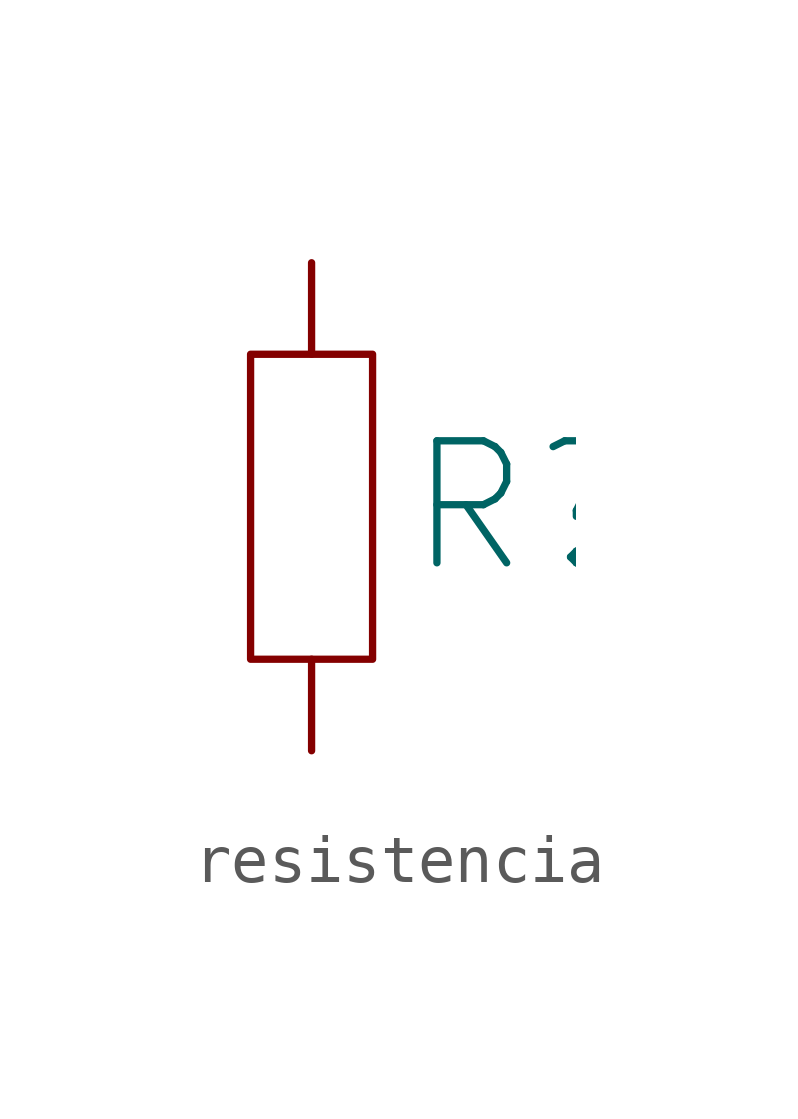
<source format=kicad_sym>
(kicad_symbol_lib
  (version 20220914)
  (generator kicad_symbol_editor)
  (symbol "resistencia"
    (pin_names
      (offset 1.016))
    (property "Reference" "R"
      (at 1.905 -5.08 0)
      (effects (font (size 2.54 2.54)) (justify left)))
    (symbol "resistencia_0_1"
      (rectangle (start -1.27 -1.905) (end 1.27 -8.255) (stroke (width 0) (type default)) (fill (type none))))
    (symbol "resistencia_1_1"
      (pin input line (at 0 -10.16 90) (length 1.905) (name "" (effects (font (size 1.27 1.27)))) (number "" (effects (font (size 1.143 1.143)))))
      (pin input line (at 0 0 270) (length 1.905) (name "" (effects (font (size 1.27 1.27)))) (number "" (effects (font (size 1.143 1.143))))))))
</source>
